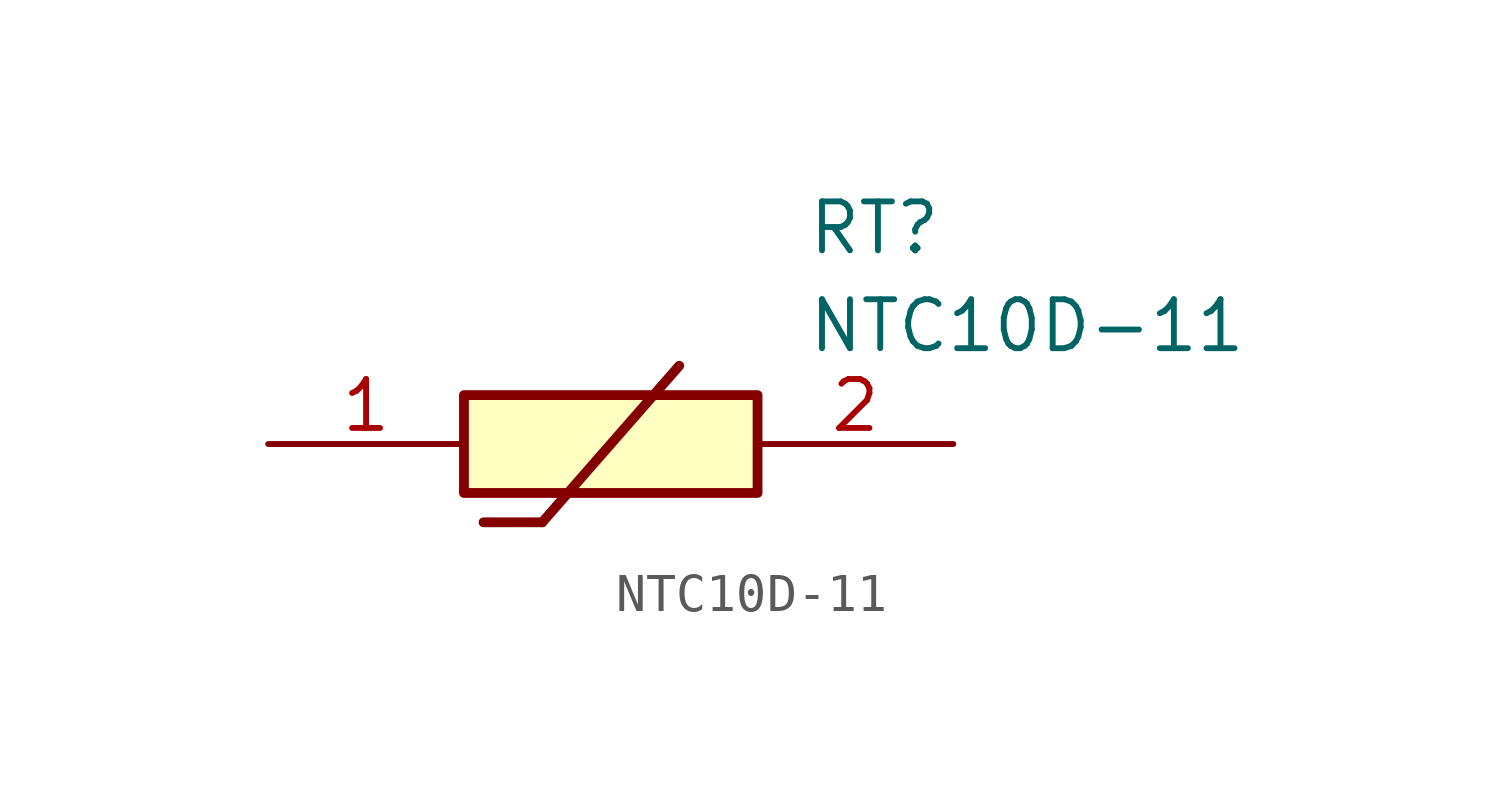
<source format=kicad_sym>
(kicad_symbol_lib
  (version 20211014)
  (generator SamacSys_ECAD_Model)
  (symbol "NTC10D-11"
    (pin_names hide)
    (property "Reference" "RT"
      (at 13.97 6.35 0)
      (effects (font (size 1.27 1.27)) (justify left top)))
    (property "Value" "NTC10D-11"
      (at 13.97 3.81 0)
      (effects (font (size 1.27 1.27)) (justify left top)))
    (rectangle
      (start 5.08 1.27)
      (end 12.7 -1.27)
      (stroke (width 0.254) (type default))
      (fill (type background)))
    (polyline
      (pts (xy 5.588 -2.032) (xy 7.112 -2.032))
      (stroke (width 0.254) (type default))
      (fill (type none)))
    (polyline
      (pts (xy 10.668 2.032) (xy 7.112 -2.032))
      (stroke (width 0.254) (type default))
      (fill (type none)))
    (pin passive line
      (at 0 0 0)
      (length 5.08)
      (name "1" (effects (font (size 1.27 1.27))))
      (number "1" (effects (font (size 1.27 1.27)))))
    (pin passive line
      (at 17.78 0 180)
      (length 5.08)
      (name "2" (effects (font (size 1.27 1.27))))
      (number "2" (effects (font (size 1.27 1.27)))))))
</source>
